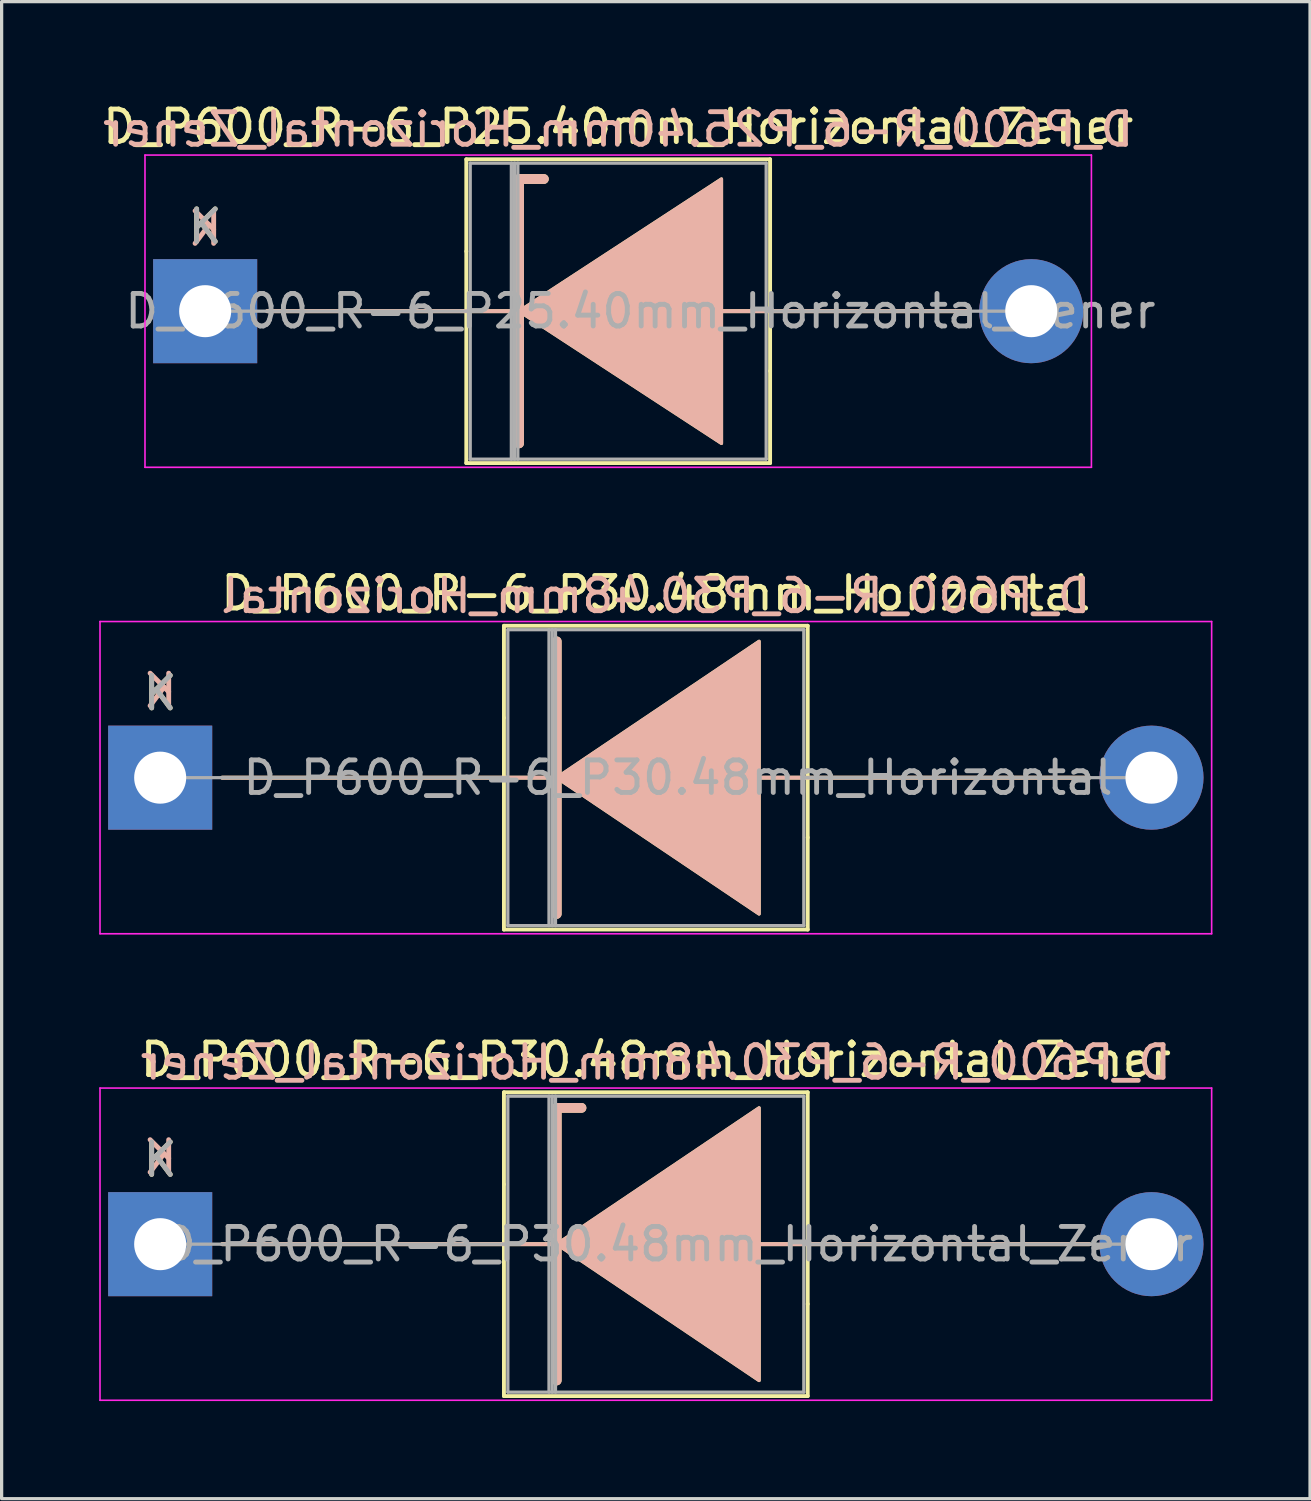
<source format=kicad_pcb>
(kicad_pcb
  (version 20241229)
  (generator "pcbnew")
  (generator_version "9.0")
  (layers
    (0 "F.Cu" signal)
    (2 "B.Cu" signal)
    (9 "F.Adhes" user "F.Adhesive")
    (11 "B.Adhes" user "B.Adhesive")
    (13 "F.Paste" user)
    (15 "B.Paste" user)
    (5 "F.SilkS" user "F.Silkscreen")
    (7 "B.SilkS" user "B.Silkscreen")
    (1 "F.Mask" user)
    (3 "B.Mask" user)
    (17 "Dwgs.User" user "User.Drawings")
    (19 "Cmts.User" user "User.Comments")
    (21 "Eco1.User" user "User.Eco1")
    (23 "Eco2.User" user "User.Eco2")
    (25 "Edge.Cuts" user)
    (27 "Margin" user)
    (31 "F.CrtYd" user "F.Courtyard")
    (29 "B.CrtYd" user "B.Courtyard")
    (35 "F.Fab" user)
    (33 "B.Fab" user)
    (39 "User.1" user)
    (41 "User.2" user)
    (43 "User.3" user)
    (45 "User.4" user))
  (footprint "D_P600_R-6_P30.48mm_Horizontal_Zener"
    (layer "F.Cu")
    (at 1.875 35.205)
    (property "Reference" "D_P600_R-6_P30.48mm_Horizontal_Zener" (at 15.24 -5.67 0) (layer "F.SilkS") (effects (font (size 1 1) (thickness 0.15))))
    (fp_line (start 10.57 -4.67) (end 19.91 -4.67) (stroke (width 0.12) (type solid)) (layer "F.SilkS"))
    (fp_line (start 10.57 -1.84) (end 10.57 -4.67) (stroke (width 0.12) (type solid)) (layer "F.SilkS"))
    (fp_line (start 10.57 -1.84) (end 10.57 4.67) (stroke (width 0.12) (type solid)) (layer "F.SilkS"))
    (fp_line (start 10.57 4.67) (end 19.91 4.67) (stroke (width 0.12) (type solid)) (layer "F.SilkS"))
    (fp_line (start 12.065 0) (end 1.905 0) (stroke (width 0.12) (type solid)) (layer "F.SilkS"))
    (fp_line (start 12.192 -4.191) (end 12.192 4.191) (stroke (width 0.3) (type solid)) (layer "F.SilkS"))
    (fp_line (start 12.192 -4.191) (end 12.954 -4.191) (stroke (width 0.3) (type solid)) (layer "F.SilkS"))
    (fp_line (start 18.288 0) (end 28.575 0) (stroke (width 0.12) (type solid)) (layer "F.SilkS"))
    (fp_line (start 19.91 -4.67) (end 19.91 1.84) (stroke (width 0.12) (type solid)) (layer "F.SilkS"))
    (fp_line (start 19.91 4.67) (end 19.91 1.84) (stroke (width 0.12) (type solid)) (layer "F.SilkS"))
    (fp_poly (pts (xy 18.415 4.191) (xy 12.192 0) (xy 18.415 -4.191)) (stroke (width 0.1) (type solid)) (fill yes) (layer "F.SilkS"))
    (fp_line (start 12.065 0) (end 1.905 0) (stroke (width 0.12) (type solid)) (layer "B.SilkS"))
    (fp_line (start 12.192 -4.191) (end 12.954 -4.191) (stroke (width 0.3) (type solid)) (layer "B.SilkS"))
    (fp_line (start 12.192 4.191) (end 12.192 -4.191) (stroke (width 0.3) (type solid)) (layer "B.SilkS"))
    (fp_line (start 18.288 0) (end 28.575 0) (stroke (width 0.12) (type solid)) (layer "B.SilkS"))
    (fp_poly (pts (xy 18.415 -4.191) (xy 12.192 0) (xy 18.415 4.191)) (stroke (width 0.1) (type solid)) (fill yes) (layer "B.SilkS"))
    (fp_line (start -1.85 -4.8) (end -1.85 4.8) (stroke (width 0.05) (type solid)) (layer "F.CrtYd"))
    (fp_line (start -1.85 4.8) (end 32.33 4.8) (stroke (width 0.05) (type solid)) (layer "F.CrtYd"))
    (fp_line (start 32.33 -4.8) (end -1.85 -4.8) (stroke (width 0.05) (type solid)) (layer "F.CrtYd"))
    (fp_line (start 32.33 4.8) (end 32.33 -4.8) (stroke (width 0.05) (type solid)) (layer "F.CrtYd"))
    (fp_line (start 0 0) (end 10.69 0) (stroke (width 0.1) (type solid)) (layer "F.Fab"))
    (fp_line (start 10.69 -4.55) (end 10.69 4.55) (stroke (width 0.1) (type solid)) (layer "F.Fab"))
    (fp_line (start 10.69 4.55) (end 19.79 4.55) (stroke (width 0.1) (type solid)) (layer "F.Fab"))
    (fp_line (start 11.955 -4.55) (end 11.955 4.55) (stroke (width 0.1) (type solid)) (layer "F.Fab"))
    (fp_line (start 12.055 -4.55) (end 12.055 4.55) (stroke (width 0.1) (type solid)) (layer "F.Fab"))
    (fp_line (start 12.155 -4.55) (end 12.155 4.55) (stroke (width 0.1) (type solid)) (layer "F.Fab"))
    (fp_line (start 19.79 -4.55) (end 10.69 -4.55) (stroke (width 0.1) (type solid)) (layer "F.Fab"))
    (fp_line (start 19.79 4.55) (end 19.79 -4.55) (stroke (width 0.1) (type solid)) (layer "F.Fab"))
    (fp_line (start 30.48 0) (end 19.79 0) (stroke (width 0.1) (type solid)) (layer "F.Fab"))
    (fp_text user "K" (at 0 -2.6 0) (layer "F.SilkS") (effects (font (size 1 1) (thickness 0.15))))
    (fp_text user "K" (at 0 -2.667 0) (layer "B.SilkS") (effects (font (size 1 1) (thickness 0.15)) (justify mirror)))
    (fp_text user "${REFERENCE}" (at 15.24 -5.588 0) (layer "B.SilkS") (effects (font (size 1 1) (thickness 0.15)) (justify mirror)))
    (fp_text user "${REFERENCE}" (at 15.922 0 0) (layer "F.Fab") (effects (font (size 1 1) (thickness 0.15))))
    (fp_text user "K" (at 0 -2.6 0) (layer "F.Fab") (effects (font (size 1 1) (thickness 0.15))))
    (pad "1" thru_hole rect (at 0 0) (size 3.2 3.2) (drill 1.6) (layers "*.Cu" "*.Mask"))
    (pad "2" thru_hole oval (at 30.48 0) (size 3.2 3.2) (drill 1.6) (layers "*.Cu" "*.Mask")))
  (footprint "D_P600_R-6_P25.40mm_Horizontal_Zener"
    (layer "F.Cu")
    (at 3.258 6.518)
    (property "Reference" "D_P600_R-6_P25.40mm_Horizontal_Zener" (at 12.7 -5.67 0) (layer "F.SilkS") (effects (font (size 1 1) (thickness 0.15))))
    (fp_line (start 8.03 -4.67) (end 17.37 -4.67) (stroke (width 0.12) (type solid)) (layer "F.SilkS"))
    (fp_line (start 8.03 -1.84) (end 8.03 -4.67) (stroke (width 0.12) (type solid)) (layer "F.SilkS"))
    (fp_line (start 8.03 -1.84) (end 8.03 4.67) (stroke (width 0.12) (type solid)) (layer "F.SilkS"))
    (fp_line (start 8.03 4.67) (end 17.37 4.67) (stroke (width 0.12) (type solid)) (layer "F.SilkS"))
    (fp_line (start 9.525 0) (end 1.905 0) (stroke (width 0.12) (type solid)) (layer "F.SilkS"))
    (fp_line (start 9.652 -4.064) (end 9.652 4.064) (stroke (width 0.3) (type solid)) (layer "F.SilkS"))
    (fp_line (start 9.652 -4.064) (end 10.414 -4.064) (stroke (width 0.3) (type solid)) (layer "F.SilkS"))
    (fp_line (start 15.748 0) (end 23.495 0) (stroke (width 0.12) (type solid)) (layer "F.SilkS"))
    (fp_line (start 17.37 -4.67) (end 17.37 1.84) (stroke (width 0.12) (type solid)) (layer "F.SilkS"))
    (fp_line (start 17.37 4.67) (end 17.37 1.84) (stroke (width 0.12) (type solid)) (layer "F.SilkS"))
    (fp_poly (pts (xy 15.875 4.064) (xy 9.652 0) (xy 15.875 -4.064)) (stroke (width 0.1) (type solid)) (fill yes) (layer "F.SilkS"))
    (fp_line (start 9.525 0) (end 1.905 0) (stroke (width 0.12) (type solid)) (layer "B.SilkS"))
    (fp_line (start 9.652 -4.064) (end 10.414 -4.064) (stroke (width 0.3) (type solid)) (layer "B.SilkS"))
    (fp_line (start 9.652 4.064) (end 9.652 -4.064) (stroke (width 0.3) (type solid)) (layer "B.SilkS"))
    (fp_line (start 15.748 0) (end 23.495 0) (stroke (width 0.12) (type solid)) (layer "B.SilkS"))
    (fp_poly (pts (xy 15.875 -4.064) (xy 9.652 0) (xy 15.875 4.064)) (stroke (width 0.1) (type solid)) (fill yes) (layer "B.SilkS"))
    (fp_line (start -1.85 -4.8) (end -1.85 4.8) (stroke (width 0.05) (type solid)) (layer "F.CrtYd"))
    (fp_line (start -1.85 4.8) (end 27.25 4.8) (stroke (width 0.05) (type solid)) (layer "F.CrtYd"))
    (fp_line (start 27.25 -4.8) (end -1.85 -4.8) (stroke (width 0.05) (type solid)) (layer "F.CrtYd"))
    (fp_line (start 27.25 4.8) (end 27.25 -4.8) (stroke (width 0.05) (type solid)) (layer "F.CrtYd"))
    (fp_line (start 0 0) (end 8.15 0) (stroke (width 0.1) (type solid)) (layer "F.Fab"))
    (fp_line (start 8.15 -4.55) (end 8.15 4.55) (stroke (width 0.1) (type solid)) (layer "F.Fab"))
    (fp_line (start 8.15 4.55) (end 17.25 4.55) (stroke (width 0.1) (type solid)) (layer "F.Fab"))
    (fp_line (start 9.415 -4.55) (end 9.415 4.55) (stroke (width 0.1) (type solid)) (layer "F.Fab"))
    (fp_line (start 9.515 -4.55) (end 9.515 4.55) (stroke (width 0.1) (type solid)) (layer "F.Fab"))
    (fp_line (start 9.615 -4.55) (end 9.615 4.55) (stroke (width 0.1) (type solid)) (layer "F.Fab"))
    (fp_line (start 17.25 -4.55) (end 8.15 -4.55) (stroke (width 0.1) (type solid)) (layer "F.Fab"))
    (fp_line (start 17.25 4.55) (end 17.25 -4.55) (stroke (width 0.1) (type solid)) (layer "F.Fab"))
    (fp_line (start 25.4 0) (end 17.25 0) (stroke (width 0.1) (type solid)) (layer "F.Fab"))
    (fp_text user "K" (at 0 -2.6 0) (layer "F.SilkS") (effects (font (size 1 1) (thickness 0.15))))
    (fp_text user "${REFERENCE}" (at 12.7 -5.588 0) (layer "B.SilkS") (effects (font (size 1 1) (thickness 0.15)) (justify mirror)))
    (fp_text user "K" (at 0 -2.54 0) (layer "B.SilkS") (effects (font (size 1 1) (thickness 0.15)) (justify mirror)))
    (fp_text user "K" (at 0 -2.6 0) (layer "F.Fab") (effects (font (size 1 1) (thickness 0.15))))
    (fp_text user "${REFERENCE}" (at 13.383 0 0) (layer "F.Fab") (effects (font (size 1 1) (thickness 0.15))))
    (pad "1" thru_hole rect (at 0 0) (size 3.2 3.2) (drill 1.6) (layers "*.Cu" "*.Mask"))
    (pad "2" thru_hole oval (at 25.4 0) (size 3.2 3.2) (drill 1.6) (layers "*.Cu" "*.Mask")))
  (footprint "D_P600_R-6_P30.48mm_Horizontal"
    (layer "F.Cu")
    (at 1.875 20.861)
    (property "Reference" "D_P600_R-6_P30.48mm_Horizontal" (at 15.24 -5.67 0) (layer "F.SilkS") (effects (font (size 1 1) (thickness 0.15))))
    (fp_line (start 10.57 -4.67) (end 19.91 -4.67) (stroke (width 0.12) (type solid)) (layer "F.SilkS"))
    (fp_line (start 10.57 -1.84) (end 10.57 -4.67) (stroke (width 0.12) (type solid)) (layer "F.SilkS"))
    (fp_line (start 10.57 -1.84) (end 10.57 4.67) (stroke (width 0.12) (type solid)) (layer "F.SilkS"))
    (fp_line (start 10.57 4.67) (end 19.91 4.67) (stroke (width 0.12) (type solid)) (layer "F.SilkS"))
    (fp_line (start 12.065 0) (end 1.905 0) (stroke (width 0.12) (type solid)) (layer "F.SilkS"))
    (fp_line (start 12.192 -4.191) (end 12.192 4.191) (stroke (width 0.3) (type solid)) (layer "F.SilkS"))
    (fp_line (start 18.288 0) (end 28.575 0) (stroke (width 0.12) (type solid)) (layer "F.SilkS"))
    (fp_line (start 19.91 -4.67) (end 19.91 1.84) (stroke (width 0.12) (type solid)) (layer "F.SilkS"))
    (fp_line (start 19.91 4.67) (end 19.91 1.84) (stroke (width 0.12) (type solid)) (layer "F.SilkS"))
    (fp_poly (pts (xy 18.415 4.191) (xy 12.192 0) (xy 18.415 -4.191)) (stroke (width 0.1) (type solid)) (fill yes) (layer "F.SilkS"))
    (fp_line (start 12.065 0) (end 1.905 0) (stroke (width 0.12) (type solid)) (layer "B.SilkS"))
    (fp_line (start 12.192 4.191) (end 12.192 -4.191) (stroke (width 0.3) (type solid)) (layer "B.SilkS"))
    (fp_line (start 18.288 0) (end 28.575 0) (stroke (width 0.12) (type solid)) (layer "B.SilkS"))
    (fp_poly (pts (xy 18.415 -4.191) (xy 12.192 0) (xy 18.415 4.191)) (stroke (width 0.1) (type solid)) (fill yes) (layer "B.SilkS"))
    (fp_line (start -1.85 -4.8) (end -1.85 4.8) (stroke (width 0.05) (type solid)) (layer "F.CrtYd"))
    (fp_line (start -1.85 4.8) (end 32.33 4.8) (stroke (width 0.05) (type solid)) (layer "F.CrtYd"))
    (fp_line (start 32.33 -4.8) (end -1.85 -4.8) (stroke (width 0.05) (type solid)) (layer "F.CrtYd"))
    (fp_line (start 32.33 4.8) (end 32.33 -4.8) (stroke (width 0.05) (type solid)) (layer "F.CrtYd"))
    (fp_line (start 0 0) (end 10.69 0) (stroke (width 0.1) (type solid)) (layer "F.Fab"))
    (fp_line (start 10.69 -4.55) (end 10.69 4.55) (stroke (width 0.1) (type solid)) (layer "F.Fab"))
    (fp_line (start 10.69 4.55) (end 19.79 4.55) (stroke (width 0.1) (type solid)) (layer "F.Fab"))
    (fp_line (start 11.955 -4.55) (end 11.955 4.55) (stroke (width 0.1) (type solid)) (layer "F.Fab"))
    (fp_line (start 12.055 -4.55) (end 12.055 4.55) (stroke (width 0.1) (type solid)) (layer "F.Fab"))
    (fp_line (start 12.155 -4.55) (end 12.155 4.55) (stroke (width 0.1) (type solid)) (layer "F.Fab"))
    (fp_line (start 19.79 -4.55) (end 10.69 -4.55) (stroke (width 0.1) (type solid)) (layer "F.Fab"))
    (fp_line (start 19.79 4.55) (end 19.79 -4.55) (stroke (width 0.1) (type solid)) (layer "F.Fab"))
    (fp_line (start 30.48 0) (end 19.79 0) (stroke (width 0.1) (type solid)) (layer "F.Fab"))
    (fp_text user "K" (at 0 -2.6 0) (layer "F.SilkS") (effects (font (size 1 1) (thickness 0.15))))
    (fp_text user "K" (at 0 -2.667 0) (layer "B.SilkS") (effects (font (size 1 1) (thickness 0.15)) (justify mirror)))
    (fp_text user "${REFERENCE}" (at 15.24 -5.588 0) (layer "B.SilkS") (effects (font (size 1 1) (thickness 0.15)) (justify mirror)))
    (fp_text user "${REFERENCE}" (at 15.922 0 0) (layer "F.Fab") (effects (font (size 1 1) (thickness 0.15))))
    (fp_text user "K" (at 0 -2.6 0) (layer "F.Fab") (effects (font (size 1 1) (thickness 0.15))))
    (pad "1" thru_hole rect (at 0 0) (size 3.2 3.2) (drill 1.6) (layers "*.Cu" "*.Mask"))
    (pad "2" thru_hole oval (at 30.48 0) (size 3.2 3.2) (drill 1.6) (layers "*.Cu" "*.Mask")))
  (gr_rect
    (start -3 -3)
    (end 37.23 43.03)
    (stroke (width 0.1) (type default))
    (fill no)
    (layer "Edge.Cuts")))
</source>
